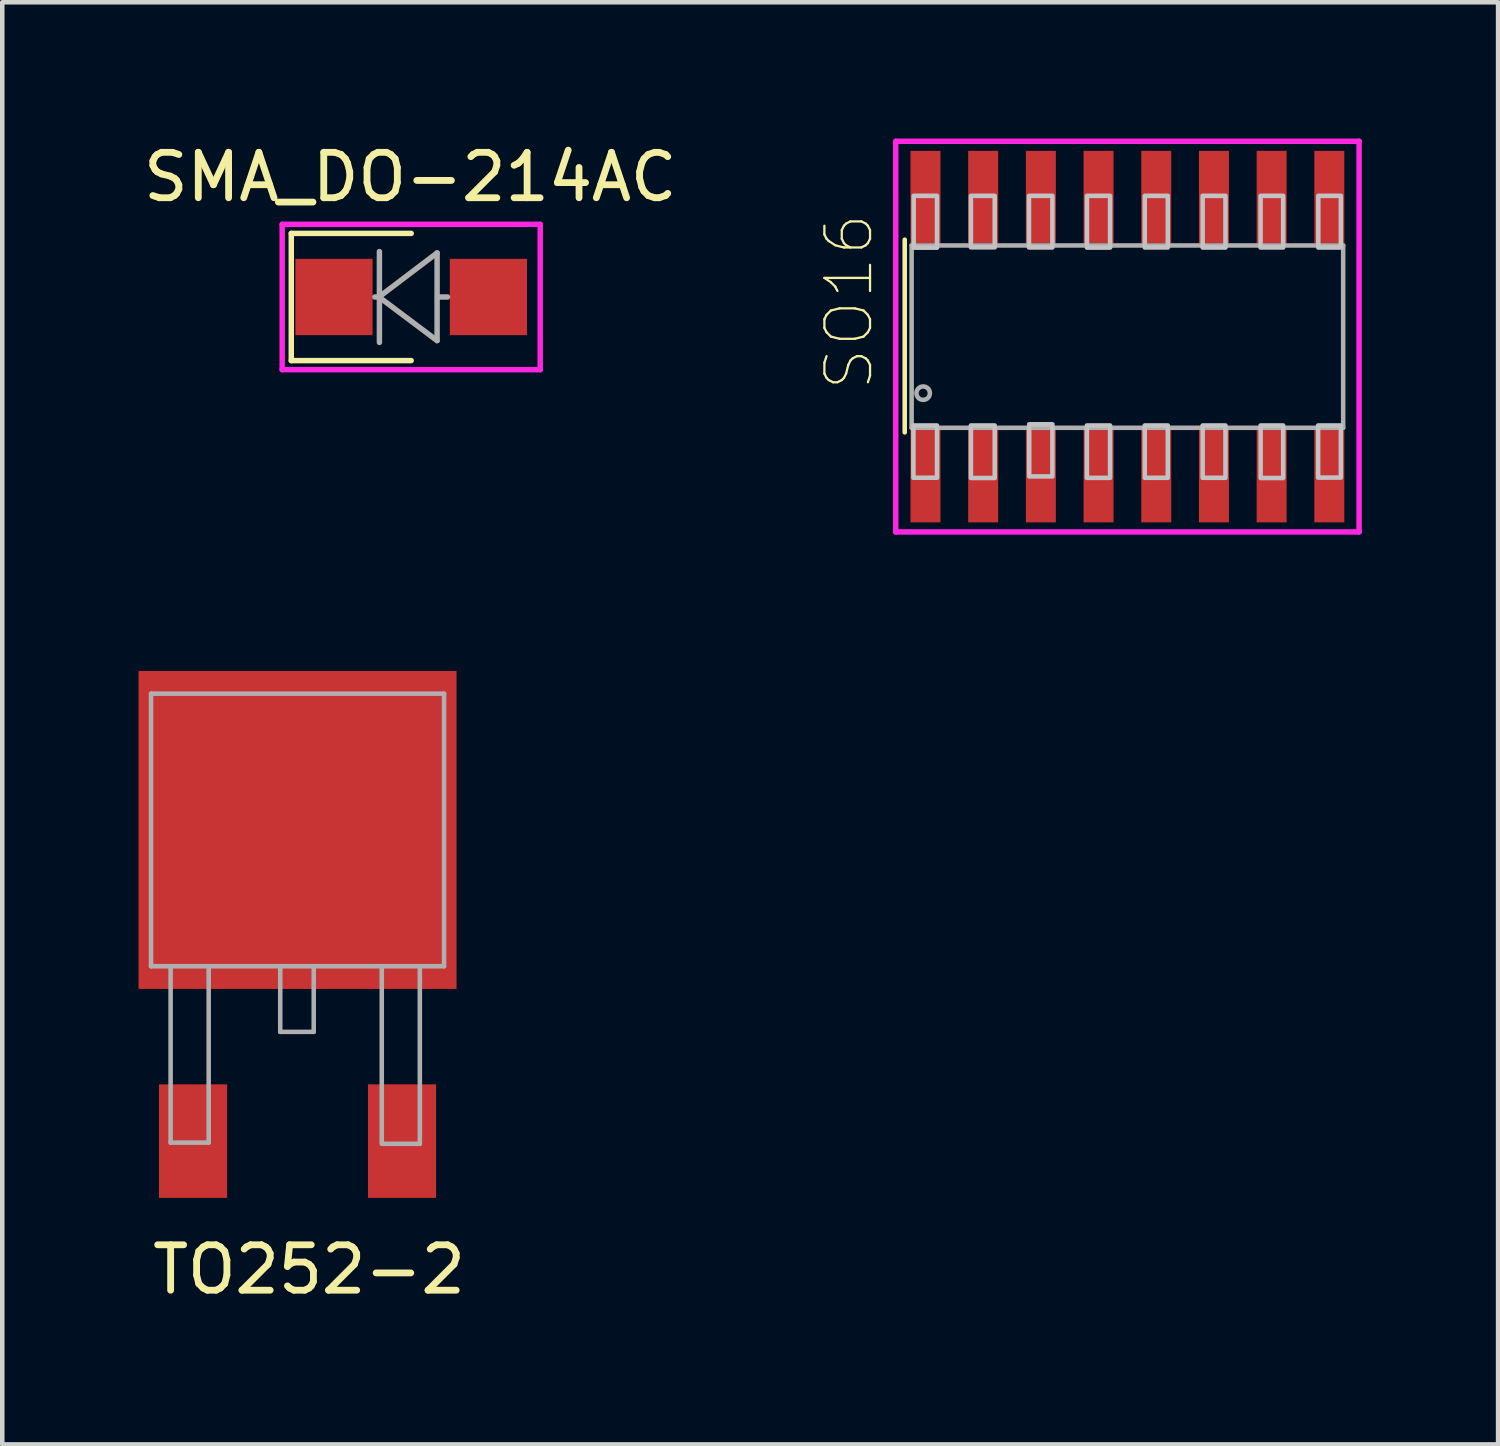
<source format=kicad_pcb>
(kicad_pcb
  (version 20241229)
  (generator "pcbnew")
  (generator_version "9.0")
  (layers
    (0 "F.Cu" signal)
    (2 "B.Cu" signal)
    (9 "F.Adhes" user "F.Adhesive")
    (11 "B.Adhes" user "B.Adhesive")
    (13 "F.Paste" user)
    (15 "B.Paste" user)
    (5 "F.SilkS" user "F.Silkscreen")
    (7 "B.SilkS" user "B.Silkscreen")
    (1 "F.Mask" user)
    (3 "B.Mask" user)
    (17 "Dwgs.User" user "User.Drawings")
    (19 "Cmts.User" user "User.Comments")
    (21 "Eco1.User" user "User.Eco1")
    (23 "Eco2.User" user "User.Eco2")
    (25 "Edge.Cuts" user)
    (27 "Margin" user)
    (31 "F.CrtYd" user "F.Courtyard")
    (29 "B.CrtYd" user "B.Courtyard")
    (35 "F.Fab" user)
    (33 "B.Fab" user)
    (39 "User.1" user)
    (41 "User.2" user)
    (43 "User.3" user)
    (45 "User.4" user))
  (footprint "SMA_DO-214AC"
    (layer "F.Cu")
    (at 6.002 3.488)
    (property "Reference" "SMA_DO-214AC" (at -0.02 -2.64 0) (layer "F.SilkS") (effects (font (size 1 1) (thickness 0.15))))
    (attr through_hole)
    (fp_line (start -2.64 -1.4) (end -2.64 1.4) (stroke (width 0.12) (type solid)) (layer "F.SilkS"))
    (fp_line (start -2.64 -1.4) (end 0 -1.4) (stroke (width 0.12) (type solid)) (layer "F.SilkS"))
    (fp_line (start -2.64 1.4) (end 0 1.4) (stroke (width 0.12) (type solid)) (layer "F.SilkS"))
    (fp_line (start -2.84 -1.6) (end -2.84 1.6) (stroke (width 0.12) (type solid)) (layer "F.CrtYd"))
    (fp_line (start -2.84 -1.6) (end 2.84 -1.6) (stroke (width 0.12) (type solid)) (layer "F.CrtYd"))
    (fp_line (start -2.84 1.6) (end 2.84 1.6) (stroke (width 0.12) (type solid)) (layer "F.CrtYd"))
    (fp_line (start 2.84 -1.6) (end 2.84 1.6) (stroke (width 0.12) (type solid)) (layer "F.CrtYd"))
    (fp_line (start -0.8 0) (end -0.69 0) (stroke (width 0.12) (type solid)) (layer "F.Fab"))
    (fp_line (start -0.71 0) (end 0.57 -0.97) (stroke (width 0.12) (type solid)) (layer "F.Fab"))
    (fp_line (start -0.7 -1) (end -0.7 1) (stroke (width 0.12) (type solid)) (layer "F.Fab"))
    (fp_line (start 0.57 -0.97) (end 0.57 0.96) (stroke (width 0.12) (type solid)) (layer "F.Fab"))
    (fp_line (start 0.57 0.96) (end -0.71 0) (stroke (width 0.12) (type solid)) (layer "F.Fab"))
    (fp_line (start 0.8 0) (end 0.58 0) (stroke (width 0.12) (type solid)) (layer "F.Fab"))
    (pad "1" smd rect (at -1.7 0) (size 1.7 1.68) (layers "F.Cu" "F.Mask" "F.Paste"))
    (pad "2" smd rect (at 1.7 0) (size 1.7 1.68) (layers "F.Cu" "F.Mask" "F.Paste")))
  (footprint "TO252-2"
    (layer "F.Cu")
    (at 3.5 15.22)
    (property "Reference" "TO252-2" (at 0.254 9.677 0) (layer "F.SilkS") (effects (font (size 1 1) (thickness 0.15))))
    (attr through_hole)
    (fp_line (start -3.225 -3) (end 3.225 -3) (stroke (width 0.1) (type solid)) (layer "F.Fab"))
    (fp_line (start -3.225 3) (end -3.225 -3) (stroke (width 0.1) (type solid)) (layer "F.Fab"))
    (fp_line (start -3.225 3) (end 3.225 3) (stroke (width 0.1) (type solid)) (layer "F.Fab"))
    (fp_line (start -2.794 6.883) (end -2.794 3.023) (stroke (width 0.1) (type solid)) (layer "F.Fab"))
    (fp_line (start -2.794 6.883) (end -1.956 6.883) (stroke (width 0.1) (type solid)) (layer "F.Fab"))
    (fp_line (start -1.956 6.883) (end -1.956 3.023) (stroke (width 0.1) (type solid)) (layer "F.Fab"))
    (fp_line (start -0.381 2.997) (end -0.381 4.445) (stroke (width 0.1) (type solid)) (layer "F.Fab"))
    (fp_line (start -0.381 4.445) (end 0.356 4.445) (stroke (width 0.1) (type solid)) (layer "F.Fab"))
    (fp_line (start 0.356 4.445) (end 0.356 2.997) (stroke (width 0.1) (type solid)) (layer "F.Fab"))
    (fp_line (start 1.854 6.883) (end 1.854 2.997) (stroke (width 0.1) (type solid)) (layer "F.Fab"))
    (fp_line (start 1.854 6.909) (end 2.692 6.909) (stroke (width 0.1) (type solid)) (layer "F.Fab"))
    (fp_line (start 2.692 6.909) (end 2.692 3.048) (stroke (width 0.1) (type solid)) (layer "F.Fab"))
    (fp_line (start 3.225 -3) (end 3.225 3) (stroke (width 0.1) (type solid)) (layer "F.Fab"))
    (pad "1" smd rect (at -2.3 6.85) (size 1.5 2.5) (layers "F.Cu" "F.Mask" "F.Paste"))
    (pad "2" smd rect (at 0 0) (size 7 7) (layers "F.Cu" "F.Mask" "F.Paste"))
    (pad "3" smd rect (at 2.3 6.85) (size 1.5 2.5) (layers "F.Cu" "F.Mask" "F.Paste")))
  (footprint "SO16"
    (layer "F.Cu")
    (at 21.768 4.36)
    (property "Reference" "SO16" (at -6.128 -0.766 90) (layer "F.SilkS") (effects (font (size 1.005 1.005) (thickness 0.05))))
    (attr smd)
    (fp_line (start -4.902 -2.134) (end -4.902 2.108) (stroke (width 0.1) (type solid)) (layer "F.SilkS"))
    (fp_poly (pts (xy -4.711 1.956) (xy -4.191 1.956) (xy -4.191 3.107) (xy -4.711 3.107)) (stroke (width 0.1) (type solid)) (fill no) (layer "Dwgs.User"))
    (fp_poly (pts (xy -4.705 -3.099) (xy -4.191 -3.099) (xy -4.191 -1.958) (xy -4.705 -1.958)) (stroke (width 0.1) (type solid)) (fill no) (layer "Dwgs.User"))
    (fp_poly (pts (xy -3.445 -3.099) (xy -2.921 -3.099) (xy -2.921 -1.965) (xy -3.445 -1.965)) (stroke (width 0.1) (type solid)) (fill no) (layer "Dwgs.User"))
    (fp_poly (pts (xy -3.445 1.956) (xy -2.921 1.956) (xy -2.921 3.113) (xy -3.445 3.113)) (stroke (width 0.1) (type solid)) (fill no) (layer "Dwgs.User"))
    (fp_poly (pts (xy -2.167 -3.099) (xy -1.651 -3.099) (xy -1.651 -1.963) (xy -2.167 -1.963)) (stroke (width 0.1) (type solid)) (fill no) (layer "Dwgs.User"))
    (fp_poly (pts (xy -2.162 1.93) (xy -1.651 1.93) (xy -1.651 3.077) (xy -2.162 3.077)) (stroke (width 0.1) (type solid)) (fill no) (layer "Dwgs.User"))
    (fp_poly (pts (xy -0.892 1.956) (xy -0.381 1.956) (xy -0.381 3.11) (xy -0.892 3.11)) (stroke (width 0.1) (type solid)) (fill no) (layer "Dwgs.User"))
    (fp_poly (pts (xy -0.891 -3.099) (xy -0.381 -3.099) (xy -0.381 -1.96) (xy -0.891 -1.96)) (stroke (width 0.1) (type solid)) (fill no) (layer "Dwgs.User"))
    (fp_poly (pts (xy 0.382 1.956) (xy 0.889 1.956) (xy 0.889 3.108) (xy 0.382 3.108)) (stroke (width 0.1) (type solid)) (fill no) (layer "Dwgs.User"))
    (fp_poly (pts (xy 0.382 -3.099) (xy 0.889 -3.099) (xy 0.889 -1.962) (xy 0.382 -1.962)) (stroke (width 0.1) (type solid)) (fill no) (layer "Dwgs.User"))
    (fp_poly (pts (xy 1.656 -3.099) (xy 2.159 -3.099) (xy 2.159 -1.961) (xy 1.656 -1.961)) (stroke (width 0.1) (type solid)) (fill no) (layer "Dwgs.User"))
    (fp_poly (pts (xy 1.656 1.956) (xy 2.159 1.956) (xy 2.159 3.108) (xy 1.656 3.108)) (stroke (width 0.1) (type solid)) (fill no) (layer "Dwgs.User"))
    (fp_poly (pts (xy 2.931 -3.099) (xy 3.429 -3.099) (xy 3.429 -1.962) (xy 2.931 -1.962)) (stroke (width 0.1) (type solid)) (fill no) (layer "Dwgs.User"))
    (fp_poly (pts (xy 2.933 1.956) (xy 3.429 1.956) (xy 3.429 3.112) (xy 2.933 3.112)) (stroke (width 0.1) (type solid)) (fill no) (layer "Dwgs.User"))
    (fp_poly (pts (xy 4.198 1.956) (xy 4.699 1.956) (xy 4.699 3.104) (xy 4.198 3.104)) (stroke (width 0.1) (type solid)) (fill no) (layer "Dwgs.User"))
    (fp_poly (pts (xy 4.202 -3.099) (xy 4.699 -3.099) (xy 4.699 -1.961) (xy 4.202 -1.961)) (stroke (width 0.1) (type solid)) (fill no) (layer "Dwgs.User"))
    (fp_line (start -5.1 -4.3) (end -5.1 4.3) (stroke (width 0.12) (type solid)) (layer "F.CrtYd"))
    (fp_line (start -5.1 -4.3) (end 5.1 -4.3) (stroke (width 0.12) (type solid)) (layer "F.CrtYd"))
    (fp_line (start -5.1 4.3) (end 5.1 4.3) (stroke (width 0.12) (type solid)) (layer "F.CrtYd"))
    (fp_line (start 5.1 -4.3) (end 5.1 4.3) (stroke (width 0.12) (type solid)) (layer "F.CrtYd"))
    (fp_line (start -4.75 -2.007) (end -4.75 2.007) (stroke (width 0.1) (type solid)) (layer "F.Fab"))
    (fp_line (start -4.75 2.007) (end 4.75 2.007) (stroke (width 0.1) (type solid)) (layer "F.Fab"))
    (fp_line (start 4.75 -2.007) (end -4.75 -2.007) (stroke (width 0.1) (type solid)) (layer "F.Fab"))
    (fp_line (start 4.75 2.007) (end 4.75 -2.007) (stroke (width 0.1) (type solid)) (layer "F.Fab"))
    (fp_circle (center -4.496 1.245) (end -4.369 1.321) (stroke (width 0.1) (type solid)) (fill no) (layer "F.Fab"))
    (pad "1" smd rect (at -4.445 3.073) (size 0.66 2.032) (layers "F.Cu" "F.Mask" "F.Paste"))
    (pad "2" smd rect (at -3.175 3.073) (size 0.66 2.032) (layers "F.Cu" "F.Mask" "F.Paste"))
    (pad "3" smd rect (at -1.905 3.073) (size 0.66 2.032) (layers "F.Cu" "F.Mask" "F.Paste"))
    (pad "4" smd rect (at -0.635 3.073) (size 0.66 2.032) (layers "F.Cu" "F.Mask" "F.Paste"))
    (pad "5" smd rect (at 0.635 3.073) (size 0.66 2.032) (layers "F.Cu" "F.Mask" "F.Paste"))
    (pad "6" smd rect (at 1.905 3.073) (size 0.66 2.032) (layers "F.Cu" "F.Mask" "F.Paste"))
    (pad "7" smd rect (at 3.175 3.073) (size 0.66 2.032) (layers "F.Cu" "F.Mask" "F.Paste"))
    (pad "8" smd rect (at 4.445 3.073) (size 0.66 2.032) (layers "F.Cu" "F.Mask" "F.Paste"))
    (pad "9" smd rect (at 4.445 -3.073) (size 0.66 2.032) (layers "F.Cu" "F.Mask" "F.Paste"))
    (pad "10" smd rect (at 3.175 -3.073) (size 0.66 2.032) (layers "F.Cu" "F.Mask" "F.Paste"))
    (pad "11" smd rect (at 1.905 -3.073) (size 0.66 2.032) (layers "F.Cu" "F.Mask" "F.Paste"))
    (pad "12" smd rect (at 0.635 -3.073) (size 0.66 2.032) (layers "F.Cu" "F.Mask" "F.Paste"))
    (pad "13" smd rect (at -0.635 -3.073) (size 0.66 2.032) (layers "F.Cu" "F.Mask" "F.Paste"))
    (pad "14" smd rect (at -1.905 -3.073) (size 0.66 2.032) (layers "F.Cu" "F.Mask" "F.Paste"))
    (pad "15" smd rect (at -3.175 -3.073) (size 0.66 2.032) (layers "F.Cu" "F.Mask" "F.Paste"))
    (pad "16" smd rect (at -4.445 -3.073) (size 0.66 2.032) (layers "F.Cu" "F.Mask" "F.Paste")))
  (gr_rect
    (start -3 -3)
    (end 29.928 28.746)
    (stroke (width 0.1) (type default))
    (fill no)
    (layer "Edge.Cuts")))
</source>
